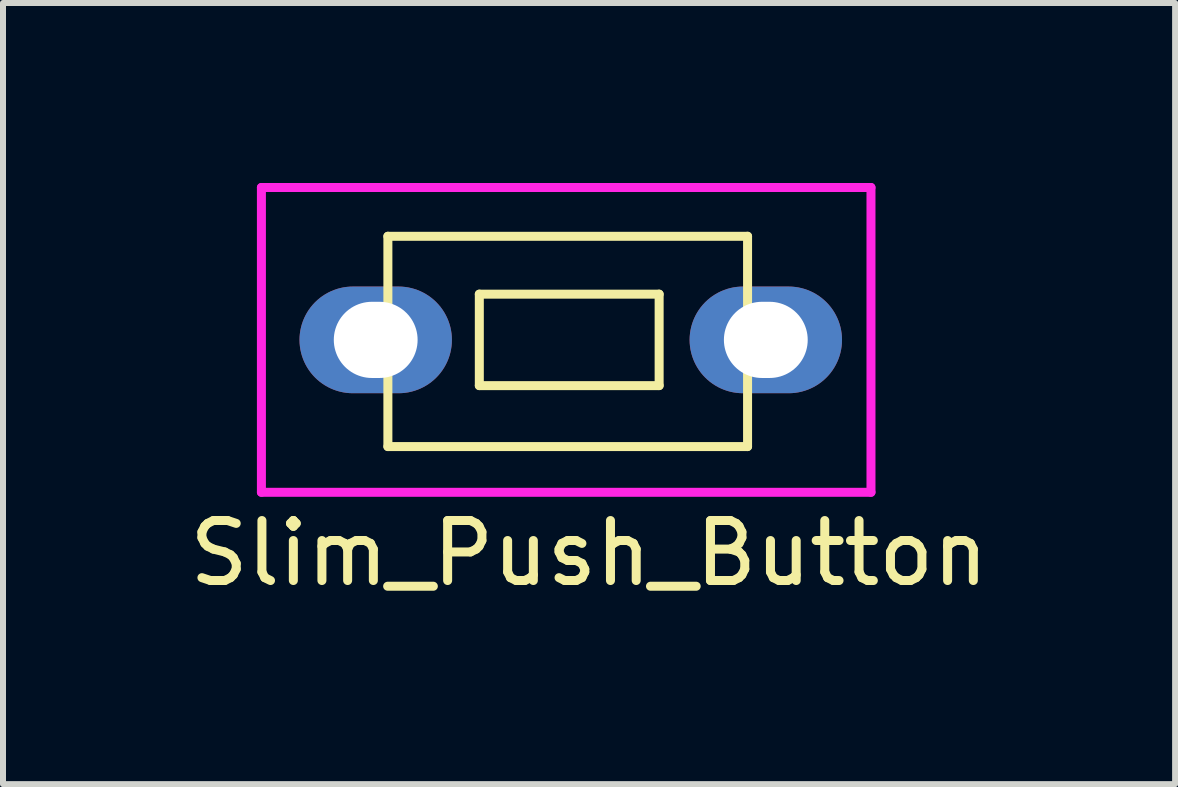
<source format=kicad_pcb>
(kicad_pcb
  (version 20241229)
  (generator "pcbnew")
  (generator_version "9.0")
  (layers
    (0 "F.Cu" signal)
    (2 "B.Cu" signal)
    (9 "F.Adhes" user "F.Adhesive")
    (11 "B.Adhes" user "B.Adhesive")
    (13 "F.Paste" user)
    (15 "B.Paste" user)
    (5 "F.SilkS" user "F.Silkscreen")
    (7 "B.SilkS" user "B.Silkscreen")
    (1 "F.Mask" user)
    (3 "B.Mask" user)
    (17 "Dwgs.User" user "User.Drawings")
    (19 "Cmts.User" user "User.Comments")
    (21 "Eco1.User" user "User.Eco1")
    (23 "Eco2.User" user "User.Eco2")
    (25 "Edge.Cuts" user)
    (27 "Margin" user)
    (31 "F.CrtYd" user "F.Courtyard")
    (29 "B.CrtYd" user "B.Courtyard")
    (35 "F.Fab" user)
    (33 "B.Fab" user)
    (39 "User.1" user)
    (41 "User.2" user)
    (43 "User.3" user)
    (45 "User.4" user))
  (footprint "Slim_Push_Button"
    (layer "F.Cu")
    (at 3.212 2.615)
    (property "Reference" "Slim_Push_Button" (at 3.556 3.556 0) (layer "F.SilkS") (effects (font (size 1 1) (thickness 0.15))))
    (attr through_hole)
    (fp_line (start 0.203 -1.727) (end 6.198 -1.727) (stroke (width 0.15) (type solid)) (layer "F.SilkS"))
    (fp_line (start 0.203 1.778) (end 0.203 -1.727) (stroke (width 0.15) (type solid)) (layer "F.SilkS"))
    (fp_line (start 1.727 -0.762) (end 4.724 -0.762) (stroke (width 0.15) (type solid)) (layer "F.SilkS"))
    (fp_line (start 1.727 0.762) (end 1.727 -0.762) (stroke (width 0.15) (type solid)) (layer "F.SilkS"))
    (fp_line (start 4.724 -0.762) (end 4.724 0.762) (stroke (width 0.15) (type solid)) (layer "F.SilkS"))
    (fp_line (start 4.724 0.762) (end 1.727 0.762) (stroke (width 0.15) (type solid)) (layer "F.SilkS"))
    (fp_line (start 6.198 -1.727) (end 6.198 1.778) (stroke (width 0.15) (type solid)) (layer "F.SilkS"))
    (fp_line (start 6.198 1.778) (end 0.203 1.778) (stroke (width 0.15) (type solid)) (layer "F.SilkS"))
    (fp_line (start -1.905 -2.54) (end -1.905 2.54) (stroke (width 0.15) (type solid)) (layer "F.CrtYd"))
    (fp_line (start -1.905 2.54) (end 8.255 2.54) (stroke (width 0.15) (type solid)) (layer "F.CrtYd"))
    (fp_line (start 8.255 -2.54) (end -1.905 -2.54) (stroke (width 0.15) (type solid)) (layer "F.CrtYd"))
    (fp_line (start 8.255 2.54) (end 8.255 -2.54) (stroke (width 0.15) (type solid)) (layer "F.CrtYd"))
    (pad "1" thru_hole oval (at 0 0) (size 2.54 1.778) (drill oval 1.397 1.27) (layers "*.Cu" "*.Mask"))
    (pad "2" thru_hole oval (at 6.502 0) (size 2.54 1.778) (drill oval 1.397 1.27) (layers "*.Cu" "*.Mask")))
  (gr_rect
    (start -3 -3)
    (end 16.536 10.019)
    (stroke (width 0.1) (type default))
    (fill no)
    (layer "Edge.Cuts")))
</source>
